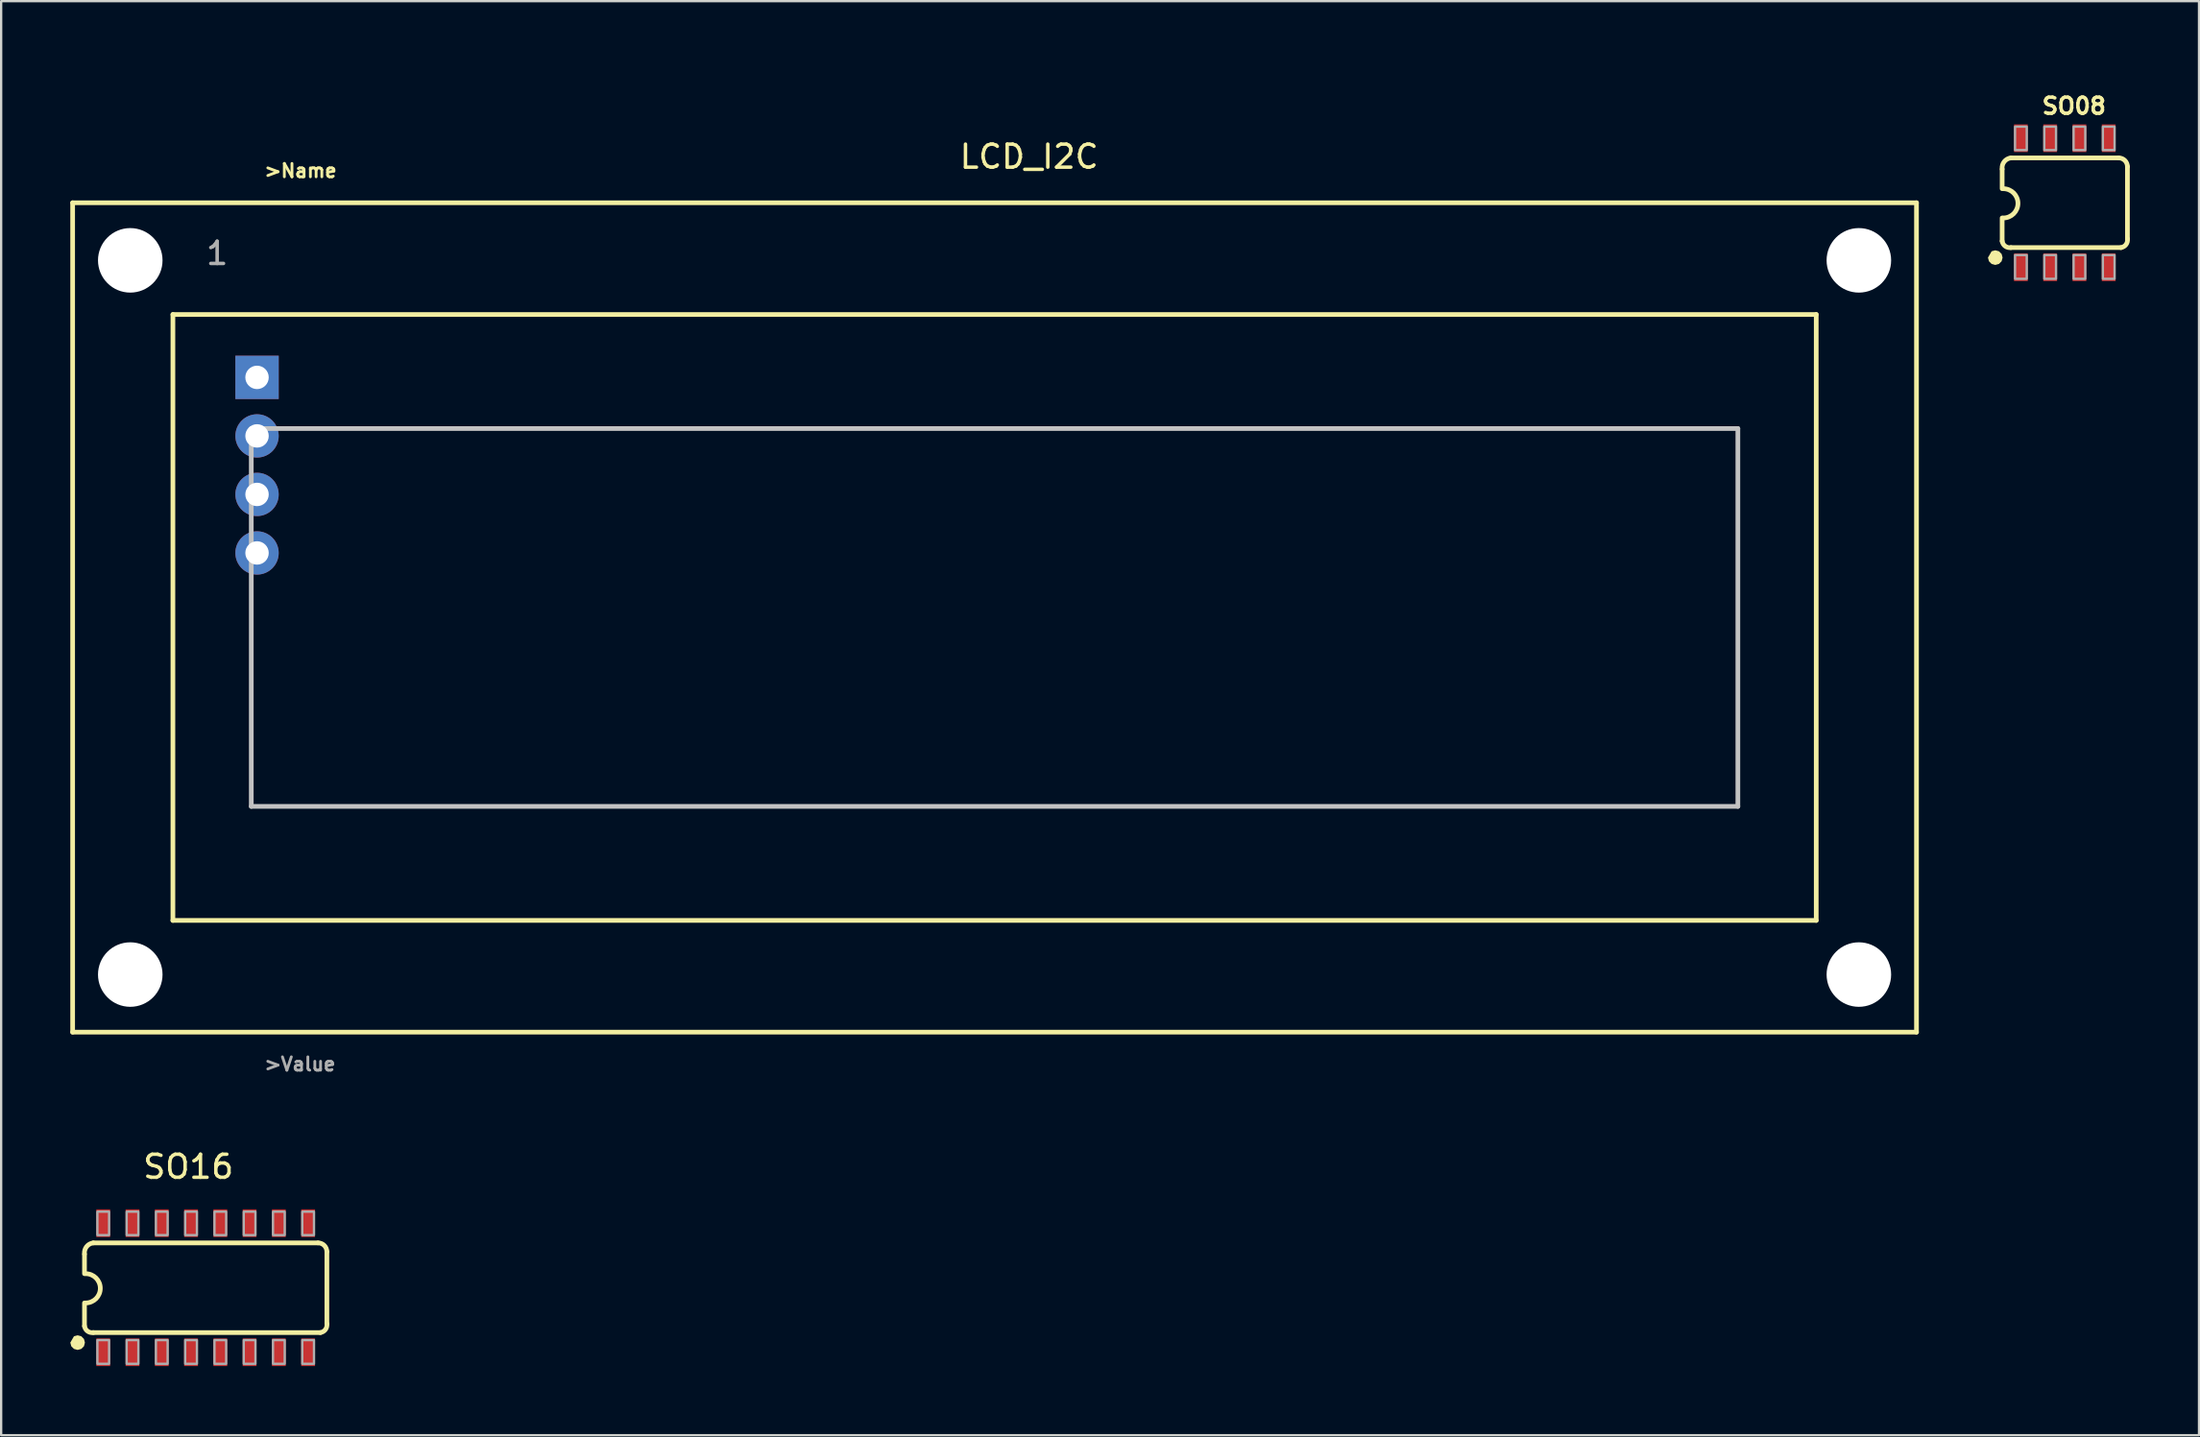
<source format=kicad_pcb>
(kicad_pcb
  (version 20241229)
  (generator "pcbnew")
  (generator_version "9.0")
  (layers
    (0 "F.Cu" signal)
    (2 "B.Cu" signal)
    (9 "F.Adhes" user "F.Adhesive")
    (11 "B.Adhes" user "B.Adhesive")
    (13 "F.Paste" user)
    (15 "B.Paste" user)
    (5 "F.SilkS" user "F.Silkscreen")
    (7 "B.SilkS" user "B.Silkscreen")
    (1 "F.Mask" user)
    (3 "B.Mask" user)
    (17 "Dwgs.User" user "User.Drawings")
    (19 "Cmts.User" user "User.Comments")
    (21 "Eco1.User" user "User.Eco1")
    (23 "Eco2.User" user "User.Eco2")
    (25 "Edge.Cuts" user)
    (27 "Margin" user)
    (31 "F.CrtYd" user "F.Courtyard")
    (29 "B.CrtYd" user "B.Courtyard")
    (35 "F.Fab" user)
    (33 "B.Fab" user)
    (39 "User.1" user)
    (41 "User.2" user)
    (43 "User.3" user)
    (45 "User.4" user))
  (footprint "LCD_I2C"
    (layer "F.Cu")
    (at 40.602 0.25)
    (property "Reference" "LCD_I2C" (at 1 3.5 0) (layer "F.SilkS") (effects (font (size 1 1) (thickness 0.15))))
    (attr through_hole)
    (fp_line (start -40.5 5.5) (end 39.5 5.5) (stroke (width 0.203) (type solid)) (layer "F.SilkS"))
    (fp_line (start -40.5 41.5) (end -40.5 5.5) (stroke (width 0.203) (type solid)) (layer "F.SilkS"))
    (fp_line (start -36.15 10.35) (end 35.15 10.35) (stroke (width 0.203) (type solid)) (layer "F.SilkS"))
    (fp_line (start -36.15 36.65) (end -36.15 10.35) (stroke (width 0.203) (type solid)) (layer "F.SilkS"))
    (fp_line (start 35.15 10.35) (end 35.15 36.65) (stroke (width 0.203) (type solid)) (layer "F.SilkS"))
    (fp_line (start 35.15 36.65) (end -36.15 36.65) (stroke (width 0.203) (type solid)) (layer "F.SilkS"))
    (fp_line (start 39.5 5.5) (end 39.5 41.5) (stroke (width 0.203) (type solid)) (layer "F.SilkS"))
    (fp_line (start 39.5 41.5) (end -40.5 41.5) (stroke (width 0.203) (type solid)) (layer "F.SilkS"))
    (fp_line (start -32.75 15.3) (end 31.75 15.3) (stroke (width 0.203) (type solid)) (layer "Dwgs.User"))
    (fp_line (start -32.75 31.7) (end -32.75 15.3) (stroke (width 0.203) (type solid)) (layer "Dwgs.User"))
    (fp_line (start 31.75 15.3) (end 31.75 31.7) (stroke (width 0.203) (type solid)) (layer "Dwgs.User"))
    (fp_line (start 31.75 31.7) (end -32.75 31.7) (stroke (width 0.203) (type solid)) (layer "Dwgs.User"))
    (fp_text user ">Name" (at -32.25 4.45 0) (layer "F.SilkS") (effects (font (size 0.579 0.579) (thickness 0.122)) (justify left bottom)))
    (fp_text user "1" (at -34.79 8.26 0) (layer "F.Fab") (effects (font (size 0.965 0.965) (thickness 0.152)) (justify left bottom)))
    (fp_text user ">Value" (at -32.25 42.55 0) (layer "F.Fab") (effects (font (size 0.579 0.579) (thickness 0.122)) (justify left top)))
    (pad "" np_thru_hole circle (at -38 8) (size 2.8 2.8) (drill 2.8) (layers "*.Cu" "*.Mask"))
    (pad "" np_thru_hole circle (at -38 39) (size 2.8 2.8) (drill 2.8) (layers "*.Cu" "*.Mask"))
    (pad "" np_thru_hole circle (at 37 8) (size 2.8 2.8) (drill 2.8) (layers "*.Cu" "*.Mask"))
    (pad "" np_thru_hole circle (at 37 39) (size 2.8 2.8) (drill 2.8) (layers "*.Cu" "*.Mask"))
    (pad "1" thru_hole rect (at -32.5 13.08) (size 1.88 1.88) (drill 1.016) (layers "*.Cu" "*.Mask"))
    (pad "2" thru_hole circle (at -32.5 15.62) (size 1.88 1.88) (drill 1.016) (layers "*.Cu" "*.Mask"))
    (pad "3" thru_hole circle (at -32.5 18.16) (size 1.88 1.88) (drill 1.016) (layers "*.Cu" "*.Mask"))
    (pad "4" thru_hole circle (at -32.5 20.7) (size 1.88 1.88) (drill 1.016) (layers "*.Cu" "*.Mask")))
  (footprint "SO08"
    (layer "F.Cu")
    (at 86.537 0.25)
    (property "Reference" "SO08" (at 0.4 1.3 0) (layer "F.SilkS") (effects (font (size 0.7 0.7) (thickness 0.15))))
    (attr through_hole)
    (fp_line (start -2.718 4.047) (end -2.718 4.89) (stroke (width 0.203) (type solid)) (layer "F.SilkS"))
    (fp_line (start -2.718 7.165) (end -2.718 6.16) (stroke (width 0.203) (type solid)) (layer "F.SilkS"))
    (fp_line (start -2.337 7.446) (end 2.437 7.446) (stroke (width 0.203) (type solid)) (layer "F.SilkS"))
    (fp_line (start 2.337 3.554) (end -2.337 3.554) (stroke (width 0.203) (type solid)) (layer "F.SilkS"))
    (fp_line (start 2.718 7.065) (end 2.718 3.935) (stroke (width 0.203) (type solid)) (layer "F.SilkS"))
    (fp_arc (start -2.7178 4.0347) (mid -2.626948 3.715269) (end -2.3368 3.5537) (stroke (width 0.2032) (type solid)) (layer "F.SilkS"))
    (fp_arc (start -2.667 4.8904) (mid -2.032 5.5254) (end -2.667 6.1604) (stroke (width 0.2032) (type solid)) (layer "F.SilkS"))
    (fp_arc (start -2.336799 7.446301) (mid -2.58554 7.384767) (end -2.7178 7.1653) (stroke (width 0.2032) (type solid)) (layer "F.SilkS"))
    (fp_arc (start 2.3368 3.5537) (mid 2.606237 3.665264) (end 2.7178 3.934702) (stroke (width 0.2032) (type solid)) (layer "F.SilkS"))
    (fp_arc (start 2.7178 7.0653) (mid 2.656208 7.313997) (end 2.4368 7.4463) (stroke (width 0.2032) (type solid)) (layer "F.SilkS"))
    (fp_poly (pts (xy -2.699 7.881) (xy -2.741 7.723) (xy -2.857 7.606) (xy -3.016 7.564) (xy -3.175 7.606) (xy -3.334 7.881) (xy -3.291 8.04) (xy -3.175 8.156) (xy -3.016 8.199) (xy -2.857 8.156) (xy -2.741 8.04)) (stroke (width 0) (type solid)) (fill yes) (layer "F.SilkS"))
    (fp_poly (pts (xy -2.159 3.214) (xy -1.651 3.214) (xy -1.651 2.198) (xy -2.159 2.198)) (stroke (width 0.1) (type solid)) (fill no) (layer "F.Fab"))
    (fp_poly (pts (xy -2.159 8.802) (xy -1.651 8.802) (xy -1.651 7.773) (xy -2.159 7.773)) (stroke (width 0.1) (type solid)) (fill no) (layer "F.Fab"))
    (fp_poly (pts (xy -0.889 3.214) (xy -0.381 3.214) (xy -0.381 2.198) (xy -0.889 2.198)) (stroke (width 0.1) (type solid)) (fill no) (layer "F.Fab"))
    (fp_poly (pts (xy -0.889 8.802) (xy -0.381 8.802) (xy -0.381 7.773) (xy -0.889 7.773)) (stroke (width 0.1) (type solid)) (fill no) (layer "F.Fab"))
    (fp_poly (pts (xy 0.381 3.214) (xy 0.889 3.214) (xy 0.889 2.198) (xy 0.381 2.198)) (stroke (width 0.1) (type solid)) (fill no) (layer "F.Fab"))
    (fp_poly (pts (xy 0.381 8.802) (xy 0.889 8.802) (xy 0.889 7.773) (xy 0.381 7.773)) (stroke (width 0.1) (type solid)) (fill no) (layer "F.Fab"))
    (fp_poly (pts (xy 1.651 3.214) (xy 2.159 3.214) (xy 2.159 2.198) (xy 1.651 2.198)) (stroke (width 0.1) (type solid)) (fill no) (layer "F.Fab"))
    (fp_poly (pts (xy 1.651 8.802) (xy 2.159 8.802) (xy 2.159 7.773) (xy 1.651 7.773)) (stroke (width 0.1) (type solid)) (fill no) (layer "F.Fab"))
    (pad "1" smd rect (at -1.905 8.3) (size 0.6 1.2) (layers "F.Cu" "F.Mask" "F.Paste"))
    (pad "2" smd rect (at -0.635 8.3) (size 0.6 1.2) (layers "F.Cu" "F.Mask" "F.Paste"))
    (pad "3" smd rect (at 0.635 8.3) (size 0.6 1.2) (layers "F.Cu" "F.Mask" "F.Paste"))
    (pad "4" smd rect (at 1.905 8.3) (size 0.6 1.2) (layers "F.Cu" "F.Mask" "F.Paste"))
    (pad "5" smd rect (at 1.905 2.7) (size 0.6 1.2) (layers "F.Cu" "F.Mask" "F.Paste"))
    (pad "6" smd rect (at 0.635 2.7) (size 0.6 1.2) (layers "F.Cu" "F.Mask" "F.Paste"))
    (pad "7" smd rect (at -0.635 2.7) (size 0.6 1.2) (layers "F.Cu" "F.Mask" "F.Paste"))
    (pad "8" smd rect (at -1.905 2.7) (size 0.6 1.2) (layers "F.Cu" "F.Mask" "F.Paste")))
  (footprint "SO16"
    (layer "F.Cu")
    (at 5.124 47.093)
    (property "Reference" "SO16" (at 0 0.5 0) (layer "F.SilkS") (effects (font (size 1 1) (thickness 0.15))))
    (attr through_hole)
    (fp_line (start -4.508 4.297) (end -4.508 5.14) (stroke (width 0.203) (type solid)) (layer "F.SilkS"))
    (fp_line (start -4.508 7.415) (end -4.508 6.41) (stroke (width 0.203) (type solid)) (layer "F.SilkS"))
    (fp_line (start -4.127 7.696) (end 5.727 7.696) (stroke (width 0.203) (type solid)) (layer "F.SilkS"))
    (fp_line (start 5.627 3.804) (end -4.127 3.804) (stroke (width 0.203) (type solid)) (layer "F.SilkS"))
    (fp_line (start 6.008 7.315) (end 6.008 4.185) (stroke (width 0.203) (type solid)) (layer "F.SilkS"))
    (fp_arc (start -4.5078 4.2847) (mid -4.416948 3.965269) (end -4.1268 3.8037) (stroke (width 0.2032) (type solid)) (layer "F.SilkS"))
    (fp_arc (start -4.457 5.1404) (mid -3.822 5.7754) (end -4.457 6.4104) (stroke (width 0.2032) (type solid)) (layer "F.SilkS"))
    (fp_arc (start -4.126799 7.696301) (mid -4.37554 7.634767) (end -4.5078 7.4153) (stroke (width 0.2032) (type solid)) (layer "F.SilkS"))
    (fp_arc (start 5.6268 3.8037) (mid 5.896237 3.915264) (end 6.0078 4.184702) (stroke (width 0.2032) (type solid)) (layer "F.SilkS"))
    (fp_arc (start 6.0078 7.3153) (mid 5.946208 7.563997) (end 5.7268 7.6963) (stroke (width 0.2032) (type solid)) (layer "F.SilkS"))
    (fp_poly (pts (xy -4.489 8.131) (xy -4.531 7.973) (xy -4.647 7.856) (xy -4.806 7.814) (xy -4.965 7.856) (xy -5.124 8.131) (xy -5.081 8.29) (xy -4.965 8.406) (xy -4.806 8.449) (xy -4.647 8.406) (xy -4.531 8.29)) (stroke (width 0) (type solid)) (fill yes) (layer "F.SilkS"))
    (fp_poly (pts (xy -3.949 3.464) (xy -3.441 3.464) (xy -3.441 2.448) (xy -3.949 2.448)) (stroke (width 0.1) (type solid)) (fill no) (layer "F.Fab"))
    (fp_poly (pts (xy -3.949 9.052) (xy -3.441 9.052) (xy -3.441 8.023) (xy -3.949 8.023)) (stroke (width 0.1) (type solid)) (fill no) (layer "F.Fab"))
    (fp_poly (pts (xy -2.679 3.464) (xy -2.171 3.464) (xy -2.171 2.448) (xy -2.679 2.448)) (stroke (width 0.1) (type solid)) (fill no) (layer "F.Fab"))
    (fp_poly (pts (xy -2.679 9.052) (xy -2.171 9.052) (xy -2.171 8.023) (xy -2.679 8.023)) (stroke (width 0.1) (type solid)) (fill no) (layer "F.Fab"))
    (fp_poly (pts (xy -1.409 3.464) (xy -0.901 3.464) (xy -0.901 2.448) (xy -1.409 2.448)) (stroke (width 0.1) (type solid)) (fill no) (layer "F.Fab"))
    (fp_poly (pts (xy -1.409 9.052) (xy -0.901 9.052) (xy -0.901 8.023) (xy -1.409 8.023)) (stroke (width 0.1) (type solid)) (fill no) (layer "F.Fab"))
    (fp_poly (pts (xy -0.139 3.464) (xy 0.369 3.464) (xy 0.369 2.448) (xy -0.139 2.448)) (stroke (width 0.1) (type solid)) (fill no) (layer "F.Fab"))
    (fp_poly (pts (xy -0.139 9.052) (xy 0.369 9.052) (xy 0.369 8.023) (xy -0.139 8.023)) (stroke (width 0.1) (type solid)) (fill no) (layer "F.Fab"))
    (fp_poly (pts (xy 1.131 3.464) (xy 1.639 3.464) (xy 1.639 2.448) (xy 1.131 2.448)) (stroke (width 0.1) (type solid)) (fill no) (layer "F.Fab"))
    (fp_poly (pts (xy 1.131 9.052) (xy 1.639 9.052) (xy 1.639 8.023) (xy 1.131 8.023)) (stroke (width 0.1) (type solid)) (fill no) (layer "F.Fab"))
    (fp_poly (pts (xy 2.401 3.464) (xy 2.909 3.464) (xy 2.909 2.448) (xy 2.401 2.448)) (stroke (width 0.1) (type solid)) (fill no) (layer "F.Fab"))
    (fp_poly (pts (xy 2.401 9.052) (xy 2.909 9.052) (xy 2.909 8.023) (xy 2.401 8.023)) (stroke (width 0.1) (type solid)) (fill no) (layer "F.Fab"))
    (fp_poly (pts (xy 3.671 3.464) (xy 4.179 3.464) (xy 4.179 2.448) (xy 3.671 2.448)) (stroke (width 0.1) (type solid)) (fill no) (layer "F.Fab"))
    (fp_poly (pts (xy 3.671 9.052) (xy 4.179 9.052) (xy 4.179 8.023) (xy 3.671 8.023)) (stroke (width 0.1) (type solid)) (fill no) (layer "F.Fab"))
    (fp_poly (pts (xy 4.941 3.464) (xy 5.449 3.464) (xy 5.449 2.448) (xy 4.941 2.448)) (stroke (width 0.1) (type solid)) (fill no) (layer "F.Fab"))
    (fp_poly (pts (xy 4.941 9.052) (xy 5.449 9.052) (xy 5.449 8.023) (xy 4.941 8.023)) (stroke (width 0.1) (type solid)) (fill no) (layer "F.Fab"))
    (pad "1" smd rect (at -3.695 8.55) (size 0.6 1.2) (layers "F.Cu" "F.Mask" "F.Paste"))
    (pad "2" smd rect (at -2.425 8.55) (size 0.6 1.2) (layers "F.Cu" "F.Mask" "F.Paste"))
    (pad "3" smd rect (at -1.155 8.55) (size 0.6 1.2) (layers "F.Cu" "F.Mask" "F.Paste"))
    (pad "4" smd rect (at 0.115 8.55) (size 0.6 1.2) (layers "F.Cu" "F.Mask" "F.Paste"))
    (pad "5" smd rect (at 1.385 8.55) (size 0.6 1.2) (layers "F.Cu" "F.Mask" "F.Paste"))
    (pad "6" smd rect (at 2.655 8.55) (size 0.6 1.2) (layers "F.Cu" "F.Mask" "F.Paste"))
    (pad "7" smd rect (at 3.925 8.55) (size 0.6 1.2) (layers "F.Cu" "F.Mask" "F.Paste"))
    (pad "8" smd rect (at 5.195 8.55) (size 0.6 1.2) (layers "F.Cu" "F.Mask" "F.Paste"))
    (pad "9" smd rect (at 5.195 2.95) (size 0.6 1.2) (layers "F.Cu" "F.Mask" "F.Paste"))
    (pad "10" smd rect (at 3.925 2.95) (size 0.6 1.2) (layers "F.Cu" "F.Mask" "F.Paste"))
    (pad "11" smd rect (at 2.655 2.95) (size 0.6 1.2) (layers "F.Cu" "F.Mask" "F.Paste"))
    (pad "12" smd rect (at 1.385 2.95) (size 0.6 1.2) (layers "F.Cu" "F.Mask" "F.Paste"))
    (pad "13" smd rect (at 0.115 2.95) (size 0.6 1.2) (layers "F.Cu" "F.Mask" "F.Paste"))
    (pad "14" smd rect (at -1.155 2.95) (size 0.6 1.2) (layers "F.Cu" "F.Mask" "F.Paste"))
    (pad "15" smd rect (at -2.425 2.95) (size 0.6 1.2) (layers "F.Cu" "F.Mask" "F.Paste"))
    (pad "16" smd rect (at -3.695 2.95) (size 0.6 1.2) (layers "F.Cu" "F.Mask" "F.Paste")))
  (gr_rect
    (start -3 -3)
    (end 92.36 59.243)
    (stroke (width 0.1) (type default))
    (fill no)
    (layer "Edge.Cuts")))
</source>
